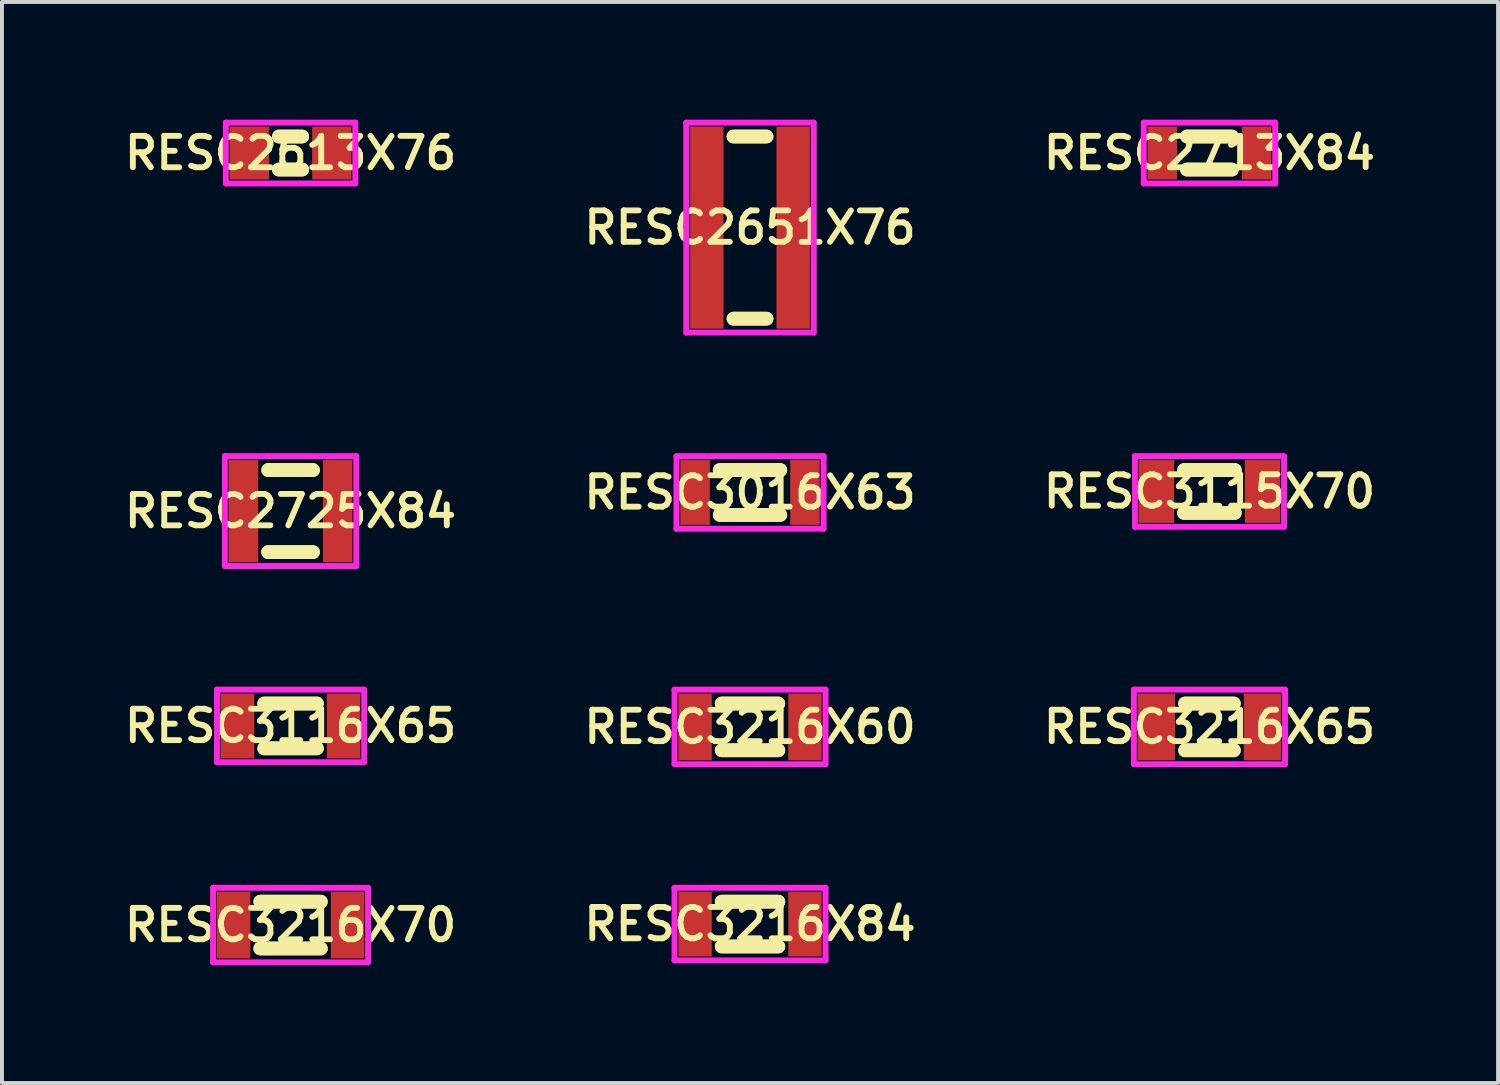
<source format=kicad_pcb>
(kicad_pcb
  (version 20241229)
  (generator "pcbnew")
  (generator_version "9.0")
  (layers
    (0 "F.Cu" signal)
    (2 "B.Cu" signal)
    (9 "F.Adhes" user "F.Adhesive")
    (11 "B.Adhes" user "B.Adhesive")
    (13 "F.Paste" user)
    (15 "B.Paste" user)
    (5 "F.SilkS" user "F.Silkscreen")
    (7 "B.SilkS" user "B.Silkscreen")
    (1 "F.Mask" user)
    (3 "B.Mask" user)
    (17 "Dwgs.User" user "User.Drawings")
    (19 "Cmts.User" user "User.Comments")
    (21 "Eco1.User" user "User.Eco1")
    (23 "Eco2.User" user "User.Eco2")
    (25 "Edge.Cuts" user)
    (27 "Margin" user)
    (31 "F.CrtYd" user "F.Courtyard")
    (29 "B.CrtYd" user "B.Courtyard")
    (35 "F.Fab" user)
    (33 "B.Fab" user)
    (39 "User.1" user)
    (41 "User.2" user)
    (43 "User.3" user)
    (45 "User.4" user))
  (footprint "RESC3216X70"
    (layer "F.Cu")
    (at 4.355 20.525)
    (property "Reference" "RESC3216X70" (at 0 0 0) (layer "F.SilkS") (effects (font (size 0.8 0.8) (thickness 0.15))))
    (attr through_hole)
    (fp_line (start -0.771 -0.596) (end 0.771 -0.596) (stroke (width 0.35) (type solid)) (layer "F.SilkS"))
    (fp_line (start -0.771 0.596) (end 0.771 0.596) (stroke (width 0.35) (type solid)) (layer "F.SilkS"))
    (fp_line (start 0.771 -0.596) (end -0.771 -0.596) (stroke (width 0.35) (type solid)) (layer "F.SilkS"))
    (fp_line (start 0.771 0.596) (end -0.771 0.596) (stroke (width 0.35) (type solid)) (layer "F.SilkS"))
    (fp_line (start -1.975 -0.95) (end 1.975 -0.95) (stroke (width 0.15) (type solid)) (layer "F.CrtYd"))
    (fp_line (start -1.975 0.95) (end -1.975 -0.95) (stroke (width 0.15) (type solid)) (layer "F.CrtYd"))
    (fp_line (start 1.975 -0.95) (end 1.975 0.95) (stroke (width 0.15) (type solid)) (layer "F.CrtYd"))
    (fp_line (start 1.975 0.95) (end -1.975 0.95) (stroke (width 0.15) (type solid)) (layer "F.CrtYd"))
    (pad "1" smd rect (at -1.45 0) (size 0.85 1.7) (layers "F.Cu" "F.Mask" "F.Paste"))
    (pad "2" smd rect (at 1.45 0) (size 0.85 1.7) (layers "F.Cu" "F.Mask" "F.Paste")))
  (footprint "RESC2713X84"
    (layer "F.Cu")
    (at 27.773 0.85)
    (property "Reference" "RESC2713X84" (at 0 0 0) (layer "F.SilkS") (effects (font (size 0.8 0.8) (thickness 0.15))))
    (attr smd)
    (fp_line (start -0.571 -0.421) (end 0.571 -0.421) (stroke (width 0.35) (type solid)) (layer "F.SilkS"))
    (fp_line (start -0.571 0.421) (end 0.571 0.421) (stroke (width 0.35) (type solid)) (layer "F.SilkS"))
    (fp_line (start 0.571 -0.421) (end -0.571 -0.421) (stroke (width 0.35) (type solid)) (layer "F.SilkS"))
    (fp_line (start 0.571 0.421) (end -0.571 0.421) (stroke (width 0.35) (type solid)) (layer "F.SilkS"))
    (fp_line (start -1.675 -0.775) (end 1.675 -0.775) (stroke (width 0.15) (type solid)) (layer "F.CrtYd"))
    (fp_line (start -1.675 0.775) (end -1.675 -0.775) (stroke (width 0.15) (type solid)) (layer "F.CrtYd"))
    (fp_line (start 1.675 -0.775) (end 1.675 0.775) (stroke (width 0.15) (type solid)) (layer "F.CrtYd"))
    (fp_line (start 1.675 0.775) (end -1.675 0.775) (stroke (width 0.15) (type solid)) (layer "F.CrtYd"))
    (pad "1" smd rect (at -1.2 0) (size 0.75 1.35) (layers "F.Cu" "F.Mask" "F.Paste"))
    (pad "2" smd rect (at 1.2 0) (size 0.75 1.35) (layers "F.Cu" "F.Mask" "F.Paste")))
  (footprint "RESC2613X76"
    (layer "F.Cu")
    (at 4.355 0.85)
    (property "Reference" "RESC2613X76" (at 0 0 0) (layer "F.SilkS") (effects (font (size 0.8 0.8) (thickness 0.15))))
    (attr smd)
    (fp_line (start -0.296 -0.421) (end 0.296 -0.421) (stroke (width 0.35) (type solid)) (layer "F.SilkS"))
    (fp_line (start -0.296 0.421) (end 0.296 0.421) (stroke (width 0.35) (type solid)) (layer "F.SilkS"))
    (fp_line (start 0.296 -0.421) (end -0.296 -0.421) (stroke (width 0.35) (type solid)) (layer "F.SilkS"))
    (fp_line (start 0.296 0.421) (end -0.296 0.421) (stroke (width 0.35) (type solid)) (layer "F.SilkS"))
    (fp_line (start -1.65 -0.775) (end 1.65 -0.775) (stroke (width 0.15) (type solid)) (layer "F.CrtYd"))
    (fp_line (start -1.65 0.775) (end -1.65 -0.775) (stroke (width 0.15) (type solid)) (layer "F.CrtYd"))
    (fp_line (start 1.65 -0.775) (end 1.65 0.775) (stroke (width 0.15) (type solid)) (layer "F.CrtYd"))
    (fp_line (start 1.65 0.775) (end -1.65 0.775) (stroke (width 0.15) (type solid)) (layer "F.CrtYd"))
    (pad "1" smd rect (at -1.05 0) (size 1 1.35) (layers "F.Cu" "F.Mask" "F.Paste"))
    (pad "2" smd rect (at 1.05 0) (size 1 1.35) (layers "F.Cu" "F.Mask" "F.Paste")))
  (footprint "RESC2725X84"
    (layer "F.Cu")
    (at 4.355 9.975)
    (property "Reference" "RESC2725X84" (at 0 0 0) (layer "F.SilkS") (effects (font (size 0.8 0.8) (thickness 0.15))))
    (attr smd)
    (fp_line (start -0.571 -1.046) (end 0.571 -1.046) (stroke (width 0.35) (type solid)) (layer "F.SilkS"))
    (fp_line (start -0.571 1.046) (end 0.571 1.046) (stroke (width 0.35) (type solid)) (layer "F.SilkS"))
    (fp_line (start 0.571 -1.046) (end -0.571 -1.046) (stroke (width 0.35) (type solid)) (layer "F.SilkS"))
    (fp_line (start 0.571 1.046) (end -0.571 1.046) (stroke (width 0.35) (type solid)) (layer "F.SilkS"))
    (fp_line (start -1.675 -1.4) (end 1.675 -1.4) (stroke (width 0.15) (type solid)) (layer "F.CrtYd"))
    (fp_line (start -1.675 1.4) (end -1.675 -1.4) (stroke (width 0.15) (type solid)) (layer "F.CrtYd"))
    (fp_line (start 1.675 -1.4) (end 1.675 1.4) (stroke (width 0.15) (type solid)) (layer "F.CrtYd"))
    (fp_line (start 1.675 1.4) (end -1.675 1.4) (stroke (width 0.15) (type solid)) (layer "F.CrtYd"))
    (pad "1" smd rect (at -1.2 0) (size 0.75 2.6) (layers "F.Cu" "F.Mask" "F.Paste"))
    (pad "2" smd rect (at 1.2 0) (size 0.75 2.6) (layers "F.Cu" "F.Mask" "F.Paste")))
  (footprint "RESC3216X60"
    (layer "F.Cu")
    (at 16.064 15.475)
    (property "Reference" "RESC3216X60" (at 0 0 0) (layer "F.SilkS") (effects (font (size 0.8 0.8) (thickness 0.15))))
    (attr smd)
    (fp_line (start -0.721 -0.596) (end 0.721 -0.596) (stroke (width 0.35) (type solid)) (layer "F.SilkS"))
    (fp_line (start -0.721 0.596) (end 0.721 0.596) (stroke (width 0.35) (type solid)) (layer "F.SilkS"))
    (fp_line (start 0.721 -0.596) (end -0.721 -0.596) (stroke (width 0.35) (type solid)) (layer "F.SilkS"))
    (fp_line (start 0.721 0.596) (end -0.721 0.596) (stroke (width 0.35) (type solid)) (layer "F.SilkS"))
    (fp_line (start -1.925 -0.95) (end 1.925 -0.95) (stroke (width 0.15) (type solid)) (layer "F.CrtYd"))
    (fp_line (start -1.925 0.95) (end -1.925 -0.95) (stroke (width 0.15) (type solid)) (layer "F.CrtYd"))
    (fp_line (start 1.925 -0.95) (end 1.925 0.95) (stroke (width 0.15) (type solid)) (layer "F.CrtYd"))
    (fp_line (start 1.925 0.95) (end -1.925 0.95) (stroke (width 0.15) (type solid)) (layer "F.CrtYd"))
    (pad "1" smd rect (at -1.4 0) (size 0.85 1.7) (layers "F.Cu" "F.Mask" "F.Paste"))
    (pad "2" smd rect (at 1.4 0) (size 0.85 1.7) (layers "F.Cu" "F.Mask" "F.Paste")))
  (footprint "RESC3016X63"
    (layer "F.Cu")
    (at 16.064 9.5)
    (property "Reference" "RESC3016X63" (at 0 0 0) (layer "F.SilkS") (effects (font (size 0.8 0.8) (thickness 0.15))))
    (attr smd)
    (fp_line (start -0.771 -0.571) (end 0.771 -0.571) (stroke (width 0.35) (type solid)) (layer "F.SilkS"))
    (fp_line (start -0.771 0.571) (end 0.771 0.571) (stroke (width 0.35) (type solid)) (layer "F.SilkS"))
    (fp_line (start 0.771 -0.571) (end -0.771 -0.571) (stroke (width 0.35) (type solid)) (layer "F.SilkS"))
    (fp_line (start 0.771 0.571) (end -0.771 0.571) (stroke (width 0.35) (type solid)) (layer "F.SilkS"))
    (fp_line (start -1.875 -0.925) (end 1.875 -0.925) (stroke (width 0.15) (type solid)) (layer "F.CrtYd"))
    (fp_line (start -1.875 0.925) (end -1.875 -0.925) (stroke (width 0.15) (type solid)) (layer "F.CrtYd"))
    (fp_line (start 1.875 -0.925) (end 1.875 0.925) (stroke (width 0.15) (type solid)) (layer "F.CrtYd"))
    (fp_line (start 1.875 0.925) (end -1.875 0.925) (stroke (width 0.15) (type solid)) (layer "F.CrtYd"))
    (pad "1" smd rect (at -1.4 0) (size 0.75 1.65) (layers "F.Cu" "F.Mask" "F.Paste"))
    (pad "2" smd rect (at 1.4 0) (size 0.75 1.65) (layers "F.Cu" "F.Mask" "F.Paste")))
  (footprint "RESC3216X65"
    (layer "F.Cu")
    (at 27.773 15.475)
    (property "Reference" "RESC3216X65" (at 0 0 0) (layer "F.SilkS") (effects (font (size 0.8 0.8) (thickness 0.15))))
    (attr through_hole)
    (fp_line (start -0.621 -0.596) (end 0.621 -0.596) (stroke (width 0.35) (type solid)) (layer "F.SilkS"))
    (fp_line (start -0.621 0.596) (end 0.621 0.596) (stroke (width 0.35) (type solid)) (layer "F.SilkS"))
    (fp_line (start 0.621 -0.596) (end -0.621 -0.596) (stroke (width 0.35) (type solid)) (layer "F.SilkS"))
    (fp_line (start 0.621 0.596) (end -0.621 0.596) (stroke (width 0.35) (type solid)) (layer "F.SilkS"))
    (fp_line (start -1.925 -0.95) (end 1.925 -0.95) (stroke (width 0.15) (type solid)) (layer "F.CrtYd"))
    (fp_line (start -1.925 0.95) (end -1.925 -0.95) (stroke (width 0.15) (type solid)) (layer "F.CrtYd"))
    (fp_line (start 1.925 -0.95) (end 1.925 0.95) (stroke (width 0.15) (type solid)) (layer "F.CrtYd"))
    (fp_line (start 1.925 0.95) (end -1.925 0.95) (stroke (width 0.15) (type solid)) (layer "F.CrtYd"))
    (pad "1" smd rect (at -1.35 0) (size 0.95 1.7) (layers "F.Cu" "F.Mask" "F.Paste"))
    (pad "2" smd rect (at 1.35 0) (size 0.95 1.7) (layers "F.Cu" "F.Mask" "F.Paste")))
  (footprint "RESC3115X70"
    (layer "F.Cu")
    (at 27.773 9.475)
    (property "Reference" "RESC3115X70" (at 0 0 0) (layer "F.SilkS") (effects (font (size 0.8 0.8) (thickness 0.15))))
    (attr through_hole)
    (fp_line (start -0.646 -0.546) (end 0.646 -0.546) (stroke (width 0.35) (type solid)) (layer "F.SilkS"))
    (fp_line (start -0.646 0.546) (end 0.646 0.546) (stroke (width 0.35) (type solid)) (layer "F.SilkS"))
    (fp_line (start 0.646 -0.546) (end -0.646 -0.546) (stroke (width 0.35) (type solid)) (layer "F.SilkS"))
    (fp_line (start 0.646 0.546) (end -0.646 0.546) (stroke (width 0.35) (type solid)) (layer "F.SilkS"))
    (fp_line (start -1.9 -0.9) (end 1.9 -0.9) (stroke (width 0.15) (type solid)) (layer "F.CrtYd"))
    (fp_line (start -1.9 0.9) (end -1.9 -0.9) (stroke (width 0.15) (type solid)) (layer "F.CrtYd"))
    (fp_line (start 1.9 -0.9) (end 1.9 0.9) (stroke (width 0.15) (type solid)) (layer "F.CrtYd"))
    (fp_line (start 1.9 0.9) (end -1.9 0.9) (stroke (width 0.15) (type solid)) (layer "F.CrtYd"))
    (pad "1" smd rect (at -1.35 0) (size 0.9 1.6) (layers "F.Cu" "F.Mask" "F.Paste"))
    (pad "2" smd rect (at 1.35 0) (size 0.9 1.6) (layers "F.Cu" "F.Mask" "F.Paste")))
  (footprint "RESC3216X84"
    (layer "F.Cu")
    (at 16.064 20.5)
    (property "Reference" "RESC3216X84" (at 0 0 0) (layer "F.SilkS") (effects (font (size 0.8 0.8) (thickness 0.15))))
    (attr smd)
    (fp_line (start -0.721 -0.571) (end 0.721 -0.571) (stroke (width 0.35) (type solid)) (layer "F.SilkS"))
    (fp_line (start -0.721 0.571) (end 0.721 0.571) (stroke (width 0.35) (type solid)) (layer "F.SilkS"))
    (fp_line (start 0.721 -0.571) (end -0.721 -0.571) (stroke (width 0.35) (type solid)) (layer "F.SilkS"))
    (fp_line (start 0.721 0.571) (end -0.721 0.571) (stroke (width 0.35) (type solid)) (layer "F.SilkS"))
    (fp_line (start -1.925 -0.925) (end 1.925 -0.925) (stroke (width 0.15) (type solid)) (layer "F.CrtYd"))
    (fp_line (start -1.925 0.925) (end -1.925 -0.925) (stroke (width 0.15) (type solid)) (layer "F.CrtYd"))
    (fp_line (start 1.925 -0.925) (end 1.925 0.925) (stroke (width 0.15) (type solid)) (layer "F.CrtYd"))
    (fp_line (start 1.925 0.925) (end -1.925 0.925) (stroke (width 0.15) (type solid)) (layer "F.CrtYd"))
    (pad "1" smd rect (at -1.4 0) (size 0.85 1.65) (layers "F.Cu" "F.Mask" "F.Paste"))
    (pad "2" smd rect (at 1.4 0) (size 0.85 1.65) (layers "F.Cu" "F.Mask" "F.Paste")))
  (footprint "RESC3116X65"
    (layer "F.Cu")
    (at 4.355 15.45)
    (property "Reference" "RESC3116X65" (at 0 0 0) (layer "F.SilkS") (effects (font (size 0.8 0.8) (thickness 0.15))))
    (attr smd)
    (fp_line (start -0.671 -0.571) (end 0.671 -0.571) (stroke (width 0.35) (type solid)) (layer "F.SilkS"))
    (fp_line (start -0.671 0.571) (end 0.671 0.571) (stroke (width 0.35) (type solid)) (layer "F.SilkS"))
    (fp_line (start 0.671 -0.571) (end -0.671 -0.571) (stroke (width 0.35) (type solid)) (layer "F.SilkS"))
    (fp_line (start 0.671 0.571) (end -0.671 0.571) (stroke (width 0.35) (type solid)) (layer "F.SilkS"))
    (fp_line (start -1.875 -0.925) (end 1.875 -0.925) (stroke (width 0.15) (type solid)) (layer "F.CrtYd"))
    (fp_line (start -1.875 0.925) (end -1.875 -0.925) (stroke (width 0.15) (type solid)) (layer "F.CrtYd"))
    (fp_line (start 1.875 -0.925) (end 1.875 0.925) (stroke (width 0.15) (type solid)) (layer "F.CrtYd"))
    (fp_line (start 1.875 0.925) (end -1.875 0.925) (stroke (width 0.15) (type solid)) (layer "F.CrtYd"))
    (pad "1" smd rect (at -1.35 0) (size 0.85 1.65) (layers "F.Cu" "F.Mask" "F.Paste"))
    (pad "2" smd rect (at 1.35 0) (size 0.85 1.65) (layers "F.Cu" "F.Mask" "F.Paste")))
  (footprint "RESC2651X76"
    (layer "F.Cu")
    (at 16.064 2.75)
    (property "Reference" "RESC2651X76" (at 0 0 0) (layer "F.SilkS") (effects (font (size 0.8 0.8) (thickness 0.15))))
    (attr smd)
    (fp_line (start -0.421 -2.321) (end 0.421 -2.321) (stroke (width 0.35) (type solid)) (layer "F.SilkS"))
    (fp_line (start -0.421 2.321) (end 0.421 2.321) (stroke (width 0.35) (type solid)) (layer "F.SilkS"))
    (fp_line (start 0.421 -2.321) (end -0.421 -2.321) (stroke (width 0.35) (type solid)) (layer "F.SilkS"))
    (fp_line (start 0.421 2.321) (end -0.421 2.321) (stroke (width 0.35) (type solid)) (layer "F.SilkS"))
    (fp_line (start -1.625 -2.675) (end 1.625 -2.675) (stroke (width 0.15) (type solid)) (layer "F.CrtYd"))
    (fp_line (start -1.625 2.675) (end -1.625 -2.675) (stroke (width 0.15) (type solid)) (layer "F.CrtYd"))
    (fp_line (start 1.625 -2.675) (end 1.625 2.675) (stroke (width 0.15) (type solid)) (layer "F.CrtYd"))
    (fp_line (start 1.625 2.675) (end -1.625 2.675) (stroke (width 0.15) (type solid)) (layer "F.CrtYd"))
    (pad "1" smd rect (at -1.1 0) (size 0.85 5.15) (layers "F.Cu" "F.Mask" "F.Paste"))
    (pad "2" smd rect (at 1.1 0) (size 0.85 5.15) (layers "F.Cu" "F.Mask" "F.Paste")))
  (gr_rect
    (start -3 -3)
    (end 35.127 24.55)
    (stroke (width 0.1) (type default))
    (fill no)
    (layer "Edge.Cuts")))
</source>
